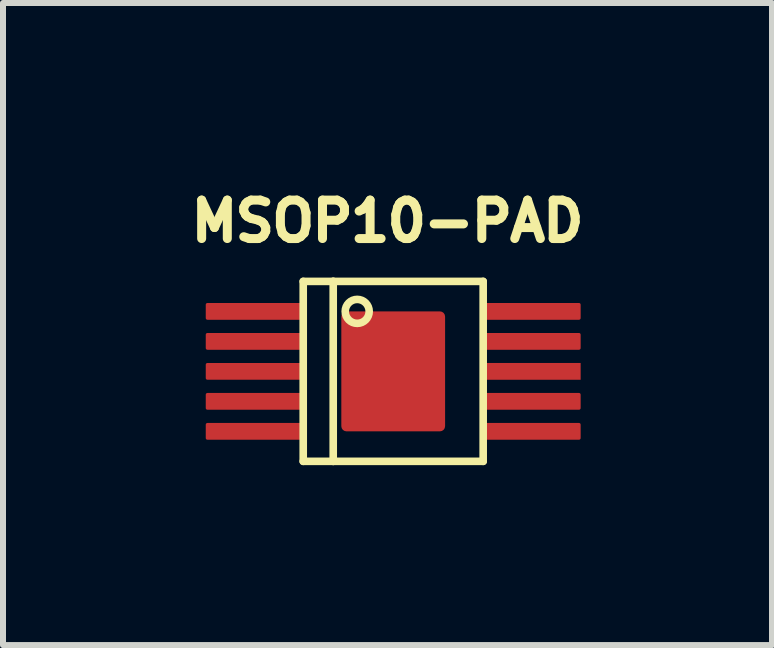
<source format=kicad_pcb>
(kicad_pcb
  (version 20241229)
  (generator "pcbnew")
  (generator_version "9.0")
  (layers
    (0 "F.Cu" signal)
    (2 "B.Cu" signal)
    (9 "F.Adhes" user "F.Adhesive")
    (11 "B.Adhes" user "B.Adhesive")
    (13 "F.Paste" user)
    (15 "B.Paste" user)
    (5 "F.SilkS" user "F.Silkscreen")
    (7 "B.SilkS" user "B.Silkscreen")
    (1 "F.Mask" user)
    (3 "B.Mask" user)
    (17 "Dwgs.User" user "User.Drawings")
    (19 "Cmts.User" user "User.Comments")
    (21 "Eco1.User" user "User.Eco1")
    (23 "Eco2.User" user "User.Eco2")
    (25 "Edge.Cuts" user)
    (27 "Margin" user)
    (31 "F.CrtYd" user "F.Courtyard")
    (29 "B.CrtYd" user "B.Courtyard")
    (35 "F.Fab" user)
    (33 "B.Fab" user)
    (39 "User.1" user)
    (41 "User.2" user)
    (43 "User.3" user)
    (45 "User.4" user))
  (footprint "MSOP10-PAD"
    (layer "F.Cu")
    (at 3.505 3.141)
    (property "Reference" "MSOP10-PAD" (at -0.095 -2.503 0) (layer "F.SilkS") (effects (font (size 0.641 0.641) (thickness 0.15))))
    (attr smd)
    (fp_line (start -1.5 -1.5) (end -1.5 1.5) (stroke (width 0.127) (type solid)) (layer "F.SilkS"))
    (fp_line (start -1.5 1.5) (end -1 1.5) (stroke (width 0.127) (type solid)) (layer "F.SilkS"))
    (fp_line (start -1 -1.5) (end -1.5 -1.5) (stroke (width 0.127) (type solid)) (layer "F.SilkS"))
    (fp_line (start -1 -1.5) (end -1 1.5) (stroke (width 0.127) (type solid)) (layer "F.SilkS"))
    (fp_line (start -1 1.5) (end 1.5 1.5) (stroke (width 0.127) (type solid)) (layer "F.SilkS"))
    (fp_line (start 1.5 -1.5) (end -1 -1.5) (stroke (width 0.127) (type solid)) (layer "F.SilkS"))
    (fp_line (start 1.5 1.5) (end 1.5 -1.5) (stroke (width 0.127) (type solid)) (layer "F.SilkS"))
    (fp_circle (center -0.6 -1) (end -0.4 -1) (stroke (width 0.127) (type solid)) (fill no) (layer "F.SilkS"))
    (fp_poly (pts (xy -0.301 -0.75) (xy 0.3 -0.75) (xy 0.3 0.751) (xy -0.301 0.751)) (stroke (width 0.01) (type solid)) (fill yes) (layer "F.Paste"))
    (pad "1" smd roundrect (at -2.3 -1) (size 1.65 0.28) (layers "F.Cu" "F.Mask" "F.Paste") (roundrect_rratio 0.1))
    (pad "2" smd roundrect (at -2.3 -0.5) (size 1.65 0.28) (layers "F.Cu" "F.Mask" "F.Paste") (roundrect_rratio 0.1))
    (pad "3" smd roundrect (at -2.3 0) (size 1.65 0.28) (layers "F.Cu" "F.Mask" "F.Paste") (roundrect_rratio 0.1))
    (pad "4" smd roundrect (at -2.3 0.5) (size 1.65 0.28) (layers "F.Cu" "F.Mask" "F.Paste") (roundrect_rratio 0.1))
    (pad "5" smd roundrect (at -2.3 1) (size 1.65 0.28) (layers "F.Cu" "F.Mask" "F.Paste") (roundrect_rratio 0.1))
    (pad "6" smd roundrect (at 2.3 1) (size 1.65 0.28) (layers "F.Cu" "F.Mask" "F.Paste") (roundrect_rratio 0.1))
    (pad "7" smd roundrect (at 2.3 0.5) (size 1.65 0.28) (layers "F.Cu" "F.Mask" "F.Paste") (roundrect_rratio 0.1))
    (pad "8" smd rect (at 2.3 0) (size 1.65 0.28) (layers "F.Cu" "F.Mask" "F.Paste"))
    (pad "9" smd roundrect (at 2.3 -0.5) (size 1.65 0.28) (layers "F.Cu" "F.Mask" "F.Paste") (roundrect_rratio 0.1))
    (pad "10" smd roundrect (at 2.3 -1) (size 1.65 0.28) (layers "F.Cu" "F.Mask" "F.Paste") (roundrect_rratio 0.1))
    (pad "TP" smd roundrect (at 0 0) (size 1.73 2) (layers "F.Cu" "F.Mask") (roundrect_rratio 0.05)))
  (gr_rect
    (start -3 -3)
    (end 9.82 7.704)
    (stroke (width 0.1) (type default))
    (fill no)
    (layer "Edge.Cuts")))
</source>
